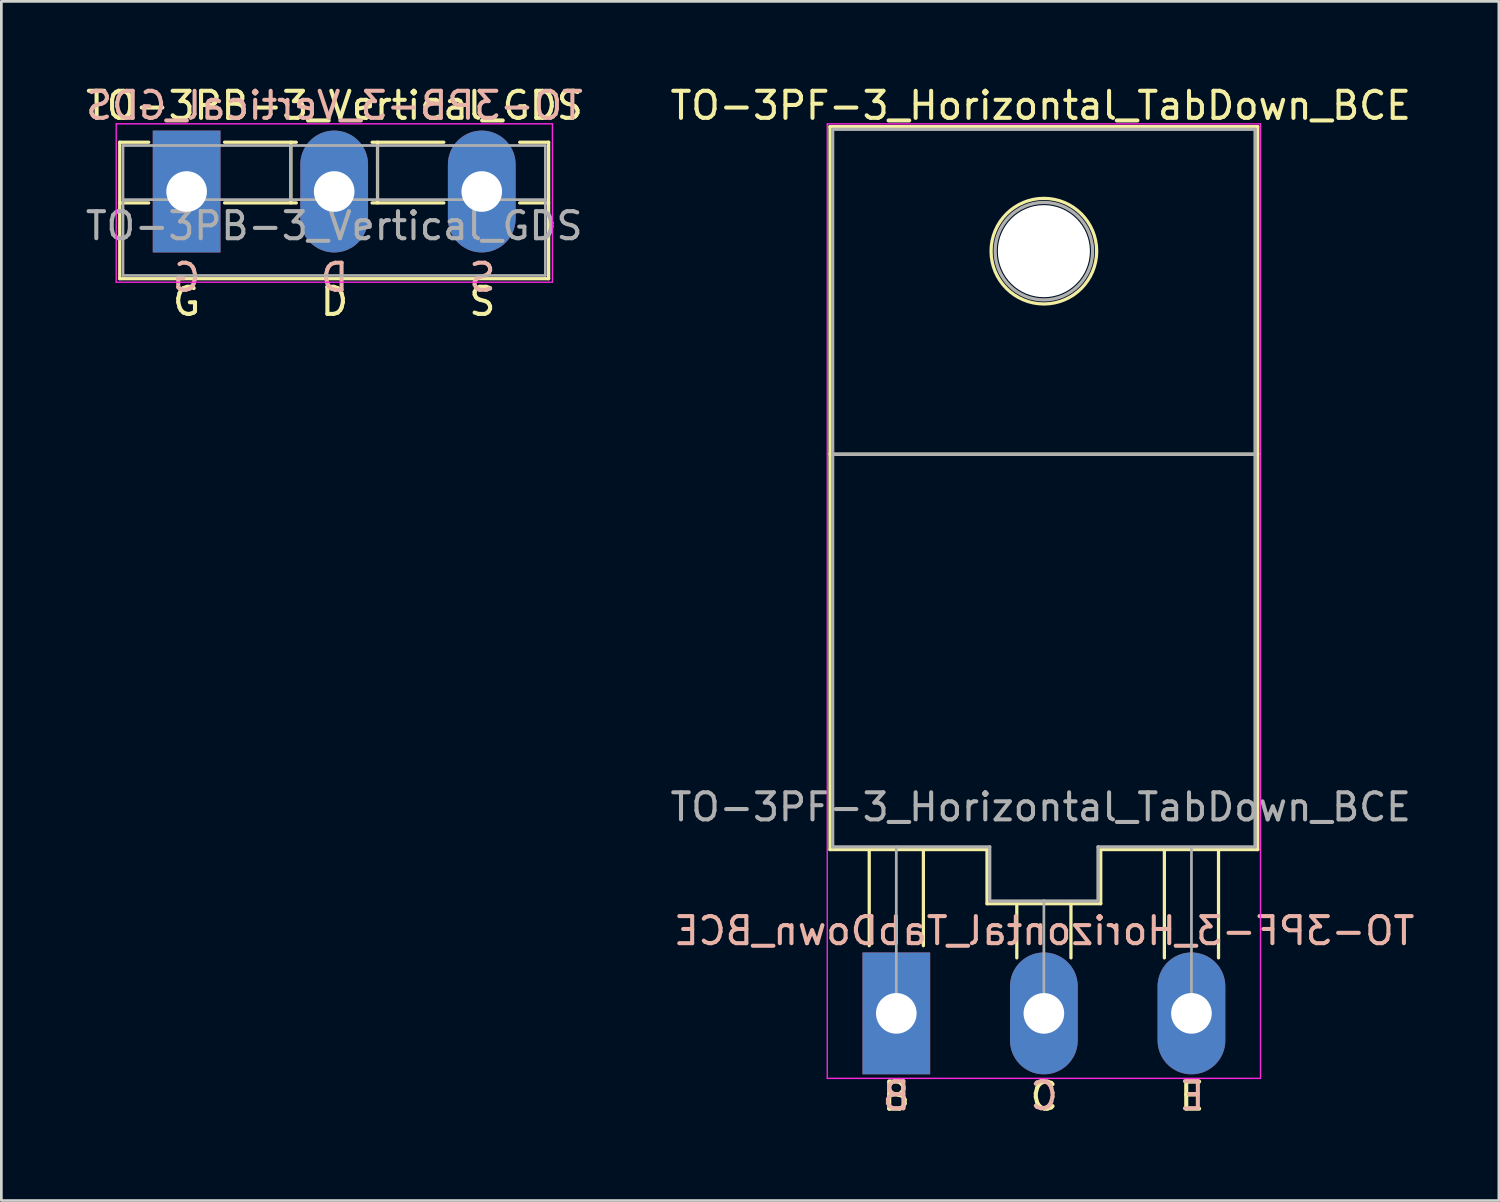
<source format=kicad_pcb>
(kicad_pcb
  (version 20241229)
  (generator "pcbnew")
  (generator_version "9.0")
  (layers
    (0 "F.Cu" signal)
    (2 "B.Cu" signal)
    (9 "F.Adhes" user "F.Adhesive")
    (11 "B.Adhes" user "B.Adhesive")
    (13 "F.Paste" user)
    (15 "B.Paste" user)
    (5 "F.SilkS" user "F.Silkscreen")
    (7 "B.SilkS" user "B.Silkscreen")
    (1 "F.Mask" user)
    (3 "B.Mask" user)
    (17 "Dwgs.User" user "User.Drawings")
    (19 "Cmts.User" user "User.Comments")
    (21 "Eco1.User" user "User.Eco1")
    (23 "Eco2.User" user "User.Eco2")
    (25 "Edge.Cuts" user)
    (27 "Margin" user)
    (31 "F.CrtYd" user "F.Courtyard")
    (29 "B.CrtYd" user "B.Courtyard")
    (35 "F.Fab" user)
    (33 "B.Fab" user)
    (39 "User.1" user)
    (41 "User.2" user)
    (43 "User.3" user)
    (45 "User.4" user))
  (footprint "TO-3PB-3_Vertical_GDS"
    (layer "F.Cu")
    (at 3.842 4.023)
    (property "Reference" "TO-3PB-3_Vertical_GDS" (at 5.461 -3.175 0) (layer "F.SilkS") (effects (font (size 1 1) (thickness 0.15))))
    (fp_line (start -2.47 -1.82) (end -2.47 3.22) (stroke (width 0.12) (type solid)) (layer "F.SilkS"))
    (fp_line (start -2.47 -1.82) (end -1.4 -1.82) (stroke (width 0.12) (type solid)) (layer "F.SilkS"))
    (fp_line (start -2.47 0.421) (end -1.4 0.421) (stroke (width 0.12) (type solid)) (layer "F.SilkS"))
    (fp_line (start -2.47 3.22) (end 13.37 3.22) (stroke (width 0.12) (type solid)) (layer "F.SilkS"))
    (fp_line (start 1.4 -1.82) (end 4.051 -1.82) (stroke (width 0.12) (type solid)) (layer "F.SilkS"))
    (fp_line (start 1.4 0.421) (end 4.051 0.421) (stroke (width 0.12) (type solid)) (layer "F.SilkS"))
    (fp_line (start 3.85 -1.82) (end 3.85 0.421) (stroke (width 0.12) (type solid)) (layer "F.SilkS"))
    (fp_line (start 6.85 -1.82) (end 9.5 -1.82) (stroke (width 0.12) (type solid)) (layer "F.SilkS"))
    (fp_line (start 6.85 0.421) (end 9.5 0.421) (stroke (width 0.12) (type solid)) (layer "F.SilkS"))
    (fp_line (start 7.051 -1.82) (end 7.051 0.421) (stroke (width 0.12) (type solid)) (layer "F.SilkS"))
    (fp_line (start 12.3 -1.82) (end 13.37 -1.82) (stroke (width 0.12) (type solid)) (layer "F.SilkS"))
    (fp_line (start 12.3 0.421) (end 13.37 0.421) (stroke (width 0.12) (type solid)) (layer "F.SilkS"))
    (fp_line (start 13.37 -1.82) (end 13.37 3.22) (stroke (width 0.12) (type solid)) (layer "F.SilkS"))
    (fp_line (start -2.6 -2.5) (end -2.6 3.35) (stroke (width 0.05) (type solid)) (layer "F.CrtYd"))
    (fp_line (start -2.6 3.35) (end 13.51 3.35) (stroke (width 0.05) (type solid)) (layer "F.CrtYd"))
    (fp_line (start 13.51 -2.5) (end -2.6 -2.5) (stroke (width 0.05) (type solid)) (layer "F.CrtYd"))
    (fp_line (start 13.51 3.35) (end 13.51 -2.5) (stroke (width 0.05) (type solid)) (layer "F.CrtYd"))
    (fp_line (start -2.35 -1.7) (end -2.35 3.1) (stroke (width 0.1) (type solid)) (layer "F.Fab"))
    (fp_line (start -2.35 0.3) (end 13.25 0.3) (stroke (width 0.1) (type solid)) (layer "F.Fab"))
    (fp_line (start -2.35 3.1) (end 13.25 3.1) (stroke (width 0.1) (type solid)) (layer "F.Fab"))
    (fp_line (start 3.85 -1.7) (end 3.85 0.3) (stroke (width 0.1) (type solid)) (layer "F.Fab"))
    (fp_line (start 7.05 -1.7) (end 7.05 0.3) (stroke (width 0.1) (type solid)) (layer "F.Fab"))
    (fp_line (start 13.25 -1.7) (end -2.35 -1.7) (stroke (width 0.1) (type solid)) (layer "F.Fab"))
    (fp_line (start 13.25 3.1) (end 13.25 -1.7) (stroke (width 0.1) (type solid)) (layer "F.Fab"))
    (fp_text user "D" (at 5.461 4.064 0) (unlocked yes) (layer "F.SilkS") (effects (font (size 1 1) (thickness 0.15))))
    (fp_text user "G" (at 0 4.064 0) (unlocked yes) (layer "F.SilkS") (effects (font (size 1 1) (thickness 0.15))))
    (fp_text user "S" (at 10.922 4.064 0) (unlocked yes) (layer "F.SilkS") (effects (font (size 1 1) (thickness 0.15))))
    (fp_text user "${REFERENCE}" (at 5.461 -3.175 0) (layer "B.SilkS") (effects (font (size 1 1) (thickness 0.15)) (justify mirror)))
    (fp_text user "G" (at 0 3.175 0) (unlocked yes) (layer "B.SilkS") (effects (font (size 1 1) (thickness 0.15)) (justify mirror)))
    (fp_text user "S" (at 10.922 3.175 0) (unlocked yes) (layer "B.SilkS") (effects (font (size 1 1) (thickness 0.15)) (justify mirror)))
    (fp_text user "D" (at 5.461 3.175 0) (unlocked yes) (layer "B.SilkS") (effects (font (size 1 1) (thickness 0.15)) (justify mirror)))
    (fp_text user "${REFERENCE}" (at 5.45 1.27 0) (layer "F.Fab") (effects (font (size 1 1) (thickness 0.15))))
    (pad "1" thru_hole rect (at 0 0) (size 2.5 4.5) (drill 1.5) (layers "*.Cu" "*.Mask"))
    (pad "2" thru_hole oval (at 5.45 0) (size 2.5 4.5) (drill 1.5) (layers "*.Cu" "*.Mask"))
    (pad "3" thru_hole oval (at 10.9 0) (size 2.5 4.5) (drill 1.5) (layers "*.Cu" "*.Mask")))
  (footprint "TO-3PF-3_Horizontal_TabDown_BCE"
    (layer "F.Cu")
    (at 30.052 34.376)
    (property "Reference" "TO-3PF-3_Horizontal_TabDown_BCE" (at 5.334 -33.528 0) (layer "F.SilkS") (effects (font (size 1 1) (thickness 0.15))))
    (fp_line (start -2.45 -32.75) (end 13.35 -32.75) (stroke (width 0.12) (type solid)) (layer "F.SilkS"))
    (fp_line (start -2.45 -6.05) (end -2.45 -32.75) (stroke (width 0.12) (type solid)) (layer "F.SilkS"))
    (fp_line (start -1 -6) (end -1 -2.5) (stroke (width 0.12) (type solid)) (layer "F.SilkS"))
    (fp_line (start 1 -6) (end 1 -2.5) (stroke (width 0.12) (type solid)) (layer "F.SilkS"))
    (fp_line (start 3.35 -6.05) (end -2.45 -6.05) (stroke (width 0.12) (type solid)) (layer "F.SilkS"))
    (fp_line (start 3.35 -4.05) (end 3.35 -6.05) (stroke (width 0.12) (type solid)) (layer "F.SilkS"))
    (fp_line (start 4.45 -4.05) (end 4.45 -2.05) (stroke (width 0.12) (type solid)) (layer "F.SilkS"))
    (fp_line (start 6.45 -4.05) (end 6.45 -2.05) (stroke (width 0.12) (type solid)) (layer "F.SilkS"))
    (fp_line (start 7.55 -6.05) (end 7.55 -4.05) (stroke (width 0.12) (type solid)) (layer "F.SilkS"))
    (fp_line (start 7.55 -4.05) (end 3.35 -4.05) (stroke (width 0.12) (type solid)) (layer "F.SilkS"))
    (fp_line (start 9.9 -6) (end 9.9 -2.05) (stroke (width 0.12) (type solid)) (layer "F.SilkS"))
    (fp_line (start 11.9 -6) (end 11.9 -2.05) (stroke (width 0.12) (type solid)) (layer "F.SilkS"))
    (fp_line (start 13.35 -32.75) (end 13.35 -6.05) (stroke (width 0.12) (type solid)) (layer "F.SilkS"))
    (fp_line (start 13.35 -20.65) (end -2.45 -20.65) (stroke (width 0.12) (type solid)) (layer "F.SilkS"))
    (fp_line (start 13.35 -6.05) (end 7.55 -6.05) (stroke (width 0.12) (type solid)) (layer "F.SilkS"))
    (fp_circle (center 5.45 -28.15) (end 7.4 -28.15) (stroke (width 0.12) (type solid)) (fill no) (layer "F.SilkS"))
    (fp_line (start -2.55 -32.85) (end -2.55 2.4) (stroke (width 0.05) (type solid)) (layer "F.CrtYd"))
    (fp_line (start -2.55 2.4) (end 13.45 2.4) (stroke (width 0.05) (type solid)) (layer "F.CrtYd"))
    (fp_line (start 13.45 -32.85) (end -2.55 -32.85) (stroke (width 0.05) (type solid)) (layer "F.CrtYd"))
    (fp_line (start 13.45 2.4) (end 13.45 -32.85) (stroke (width 0.05) (type solid)) (layer "F.CrtYd"))
    (fp_line (start -2.35 -32.65) (end 13.25 -32.65) (stroke (width 0.12) (type solid)) (layer "F.Fab"))
    (fp_line (start -2.35 -20.65) (end 13.25 -20.65) (stroke (width 0.12) (type solid)) (layer "F.Fab"))
    (fp_line (start -2.35 -6.15) (end -2.35 -32.65) (stroke (width 0.12) (type solid)) (layer "F.Fab"))
    (fp_line (start 0 0) (end 0 -6.15) (stroke (width 0.1) (type solid)) (layer "F.Fab"))
    (fp_line (start 3.45 -6.15) (end -2.35 -6.15) (stroke (width 0.12) (type solid)) (layer "F.Fab"))
    (fp_line (start 3.45 -4.15) (end 3.45 -6.15) (stroke (width 0.12) (type solid)) (layer "F.Fab"))
    (fp_line (start 5.45 -4.15) (end 3.45 -4.15) (stroke (width 0.12) (type solid)) (layer "F.Fab"))
    (fp_line (start 5.45 -4.15) (end 5.45 0) (stroke (width 0.1) (type solid)) (layer "F.Fab"))
    (fp_line (start 5.45 -4.15) (end 7.45 -4.15) (stroke (width 0.12) (type solid)) (layer "F.Fab"))
    (fp_line (start 7.45 -4.15) (end 7.45 -6.15) (stroke (width 0.12) (type solid)) (layer "F.Fab"))
    (fp_line (start 10.9 -6.1) (end 10.9 0) (stroke (width 0.1) (type solid)) (layer "F.Fab"))
    (fp_line (start 13.25 -32.65) (end 13.25 -6.15) (stroke (width 0.12) (type solid)) (layer "F.Fab"))
    (fp_line (start 13.25 -6.15) (end 7.45 -6.15) (stroke (width 0.12) (type solid)) (layer "F.Fab"))
    (fp_circle (center 5.45 -28.15) (end 7.25 -28.15) (stroke (width 0.12) (type solid)) (fill no) (layer "F.Fab"))
    (fp_text user "E" (at 10.922 3.064 0) (unlocked yes) (layer "F.SilkS") (effects (font (size 1 1) (thickness 0.15))))
    (fp_text user "B" (at 0 3.064 0) (unlocked yes) (layer "F.SilkS") (effects (font (size 1 1) (thickness 0.15))))
    (fp_text user "C" (at 5.461 3.064 0) (unlocked yes) (layer "F.SilkS") (effects (font (size 1 1) (thickness 0.15))))
    (fp_text user "B" (at 0 3.048 0) (unlocked yes) (layer "B.SilkS") (effects (font (size 1 1) (thickness 0.15)) (justify mirror)))
    (fp_text user "C" (at 5.461 3.048 0) (unlocked yes) (layer "B.SilkS") (effects (font (size 1 1) (thickness 0.15)) (justify mirror)))
    (fp_text user "E" (at 10.922 3.048 0) (unlocked yes) (layer "B.SilkS") (effects (font (size 1 1) (thickness 0.15)) (justify mirror)))
    (fp_text user "${REFERENCE}" (at 5.461 -3.048 0) (layer "B.SilkS") (effects (font (size 1 1) (thickness 0.15)) (justify mirror)))
    (fp_text user "${REFERENCE}" (at 5.334 -7.62 0) (layer "F.Fab") (effects (font (size 1 1) (thickness 0.15))))
    (pad "" np_thru_hole circle (at 5.45 -28.15) (size 3.4 3.4) (drill 3.4) (layers "*.Cu" "*.Mask"))
    (pad "1" thru_hole rect (at 0 0) (size 2.5 4.5) (drill 1.5) (layers "*.Cu" "*.Mask"))
    (pad "2" thru_hole oval (at 5.45 0) (size 2.5 4.5) (drill 1.5) (layers "*.Cu" "*.Mask"))
    (pad "3" thru_hole oval (at 10.9 0) (size 2.5 4.5) (drill 1.5) (layers "*.Cu" "*.Mask")))
  (gr_rect
    (start -3 -3)
    (end 52.305 41.288)
    (stroke (width 0.1) (type default))
    (fill no)
    (layer "Edge.Cuts")))
</source>
